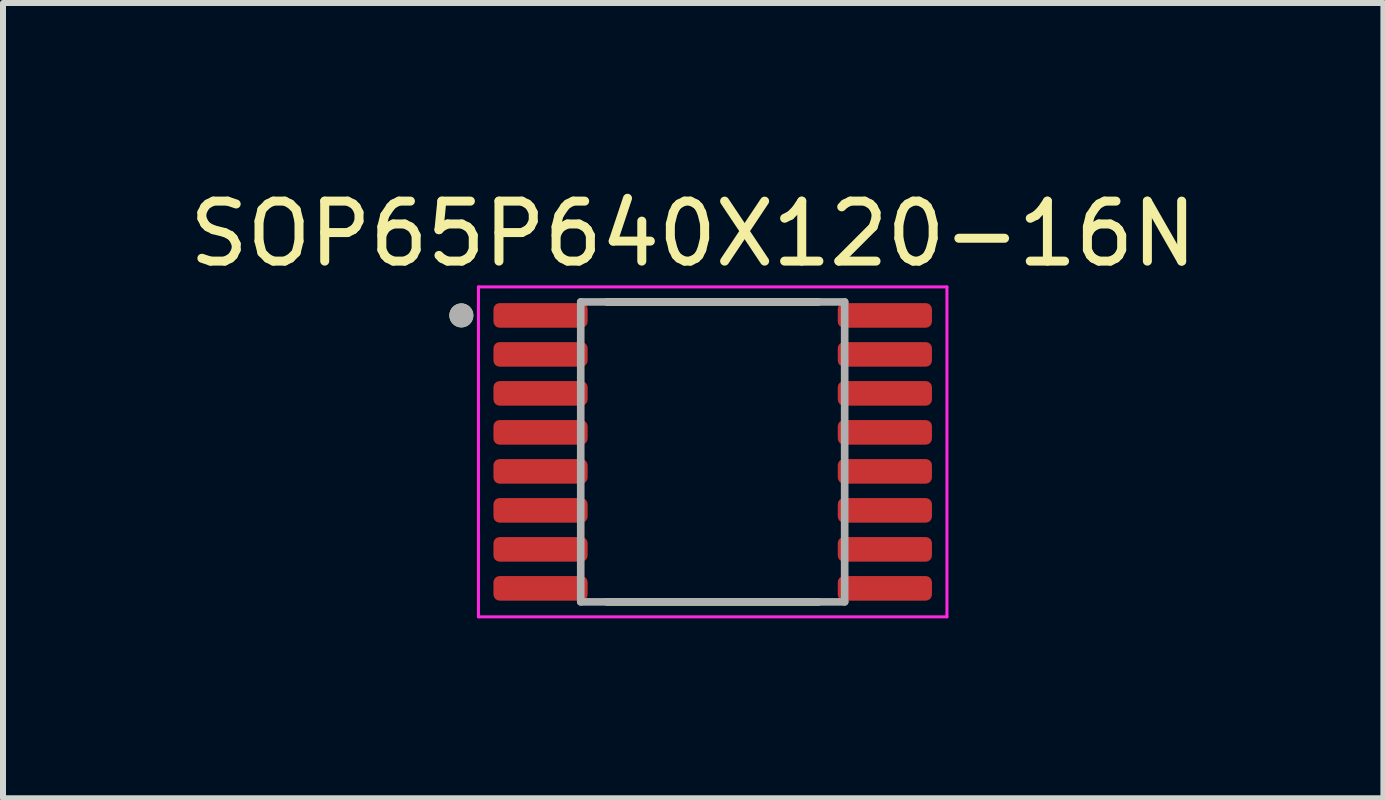
<source format=kicad_pcb>
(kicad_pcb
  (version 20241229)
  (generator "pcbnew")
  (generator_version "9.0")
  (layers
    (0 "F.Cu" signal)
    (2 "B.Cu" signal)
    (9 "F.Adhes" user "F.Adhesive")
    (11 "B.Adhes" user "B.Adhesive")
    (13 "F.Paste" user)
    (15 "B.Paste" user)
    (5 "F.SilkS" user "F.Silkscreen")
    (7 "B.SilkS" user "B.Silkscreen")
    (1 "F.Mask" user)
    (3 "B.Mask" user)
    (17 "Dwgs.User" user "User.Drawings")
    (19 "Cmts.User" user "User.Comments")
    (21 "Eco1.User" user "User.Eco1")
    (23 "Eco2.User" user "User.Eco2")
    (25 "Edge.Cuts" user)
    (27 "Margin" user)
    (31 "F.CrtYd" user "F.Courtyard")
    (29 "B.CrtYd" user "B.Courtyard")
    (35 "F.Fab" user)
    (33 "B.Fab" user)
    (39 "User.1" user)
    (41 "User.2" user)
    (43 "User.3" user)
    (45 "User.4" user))
  (footprint "SOP65P640X120-16N"
    (layer "F.Cu")
    (at 8.831 4.483)
    (property "Reference" "SOP65P640X120-16N" (at -0.325 -3.635 0) (layer "F.SilkS") (effects (font (size 1 1) (thickness 0.15))))
    (attr smd)
    (fp_line (start -1.765 -2.5) (end 1.765 -2.5) (stroke (width 0.127) (type solid)) (layer "F.SilkS"))
    (fp_line (start 1.765 2.5) (end -1.765 2.5) (stroke (width 0.127) (type solid)) (layer "F.SilkS"))
    (fp_circle (center -4.19 -2.275) (end -4.09 -2.275) (stroke (width 0.2) (type solid)) (fill no) (layer "F.SilkS"))
    (fp_line (start -3.905 -2.75) (end -3.905 2.75) (stroke (width 0.05) (type solid)) (layer "F.CrtYd"))
    (fp_line (start -3.905 -2.75) (end 3.905 -2.75) (stroke (width 0.05) (type solid)) (layer "F.CrtYd"))
    (fp_line (start -3.905 2.75) (end 3.905 2.75) (stroke (width 0.05) (type solid)) (layer "F.CrtYd"))
    (fp_line (start 3.905 -2.75) (end 3.905 2.75) (stroke (width 0.05) (type solid)) (layer "F.CrtYd"))
    (fp_line (start -2.2 -2.5) (end -2.2 2.5) (stroke (width 0.127) (type solid)) (layer "F.Fab"))
    (fp_line (start -2.2 -2.5) (end 2.2 -2.5) (stroke (width 0.127) (type solid)) (layer "F.Fab"))
    (fp_line (start -2.2 2.5) (end 2.2 2.5) (stroke (width 0.127) (type solid)) (layer "F.Fab"))
    (fp_line (start 2.2 -2.5) (end 2.2 2.5) (stroke (width 0.127) (type solid)) (layer "F.Fab"))
    (fp_circle (center -4.19 -2.275) (end -4.09 -2.275) (stroke (width 0.2) (type solid)) (fill no) (layer "F.Fab"))
    (pad "1" smd roundrect (at -2.87 -2.275) (size 1.57 0.41) (layers "F.Cu" "F.Mask" "F.Paste") (roundrect_rratio 0.25))
    (pad "2" smd roundrect (at -2.87 -1.625) (size 1.57 0.41) (layers "F.Cu" "F.Mask" "F.Paste") (roundrect_rratio 0.25))
    (pad "3" smd roundrect (at -2.87 -0.975) (size 1.57 0.41) (layers "F.Cu" "F.Mask" "F.Paste") (roundrect_rratio 0.25))
    (pad "4" smd roundrect (at -2.87 -0.325) (size 1.57 0.41) (layers "F.Cu" "F.Mask" "F.Paste") (roundrect_rratio 0.25))
    (pad "5" smd roundrect (at -2.87 0.325) (size 1.57 0.41) (layers "F.Cu" "F.Mask" "F.Paste") (roundrect_rratio 0.25))
    (pad "6" smd roundrect (at -2.87 0.975) (size 1.57 0.41) (layers "F.Cu" "F.Mask" "F.Paste") (roundrect_rratio 0.25))
    (pad "7" smd roundrect (at -2.87 1.625) (size 1.57 0.41) (layers "F.Cu" "F.Mask" "F.Paste") (roundrect_rratio 0.25))
    (pad "8" smd roundrect (at -2.87 2.275) (size 1.57 0.41) (layers "F.Cu" "F.Mask" "F.Paste") (roundrect_rratio 0.25))
    (pad "9" smd roundrect (at 2.87 2.275) (size 1.57 0.41) (layers "F.Cu" "F.Mask" "F.Paste") (roundrect_rratio 0.25))
    (pad "10" smd roundrect (at 2.87 1.625) (size 1.57 0.41) (layers "F.Cu" "F.Mask" "F.Paste") (roundrect_rratio 0.25))
    (pad "11" smd roundrect (at 2.87 0.975) (size 1.57 0.41) (layers "F.Cu" "F.Mask" "F.Paste") (roundrect_rratio 0.25))
    (pad "12" smd roundrect (at 2.87 0.325) (size 1.57 0.41) (layers "F.Cu" "F.Mask" "F.Paste") (roundrect_rratio 0.25))
    (pad "13" smd roundrect (at 2.87 -0.325) (size 1.57 0.41) (layers "F.Cu" "F.Mask" "F.Paste") (roundrect_rratio 0.25))
    (pad "14" smd roundrect (at 2.87 -0.975) (size 1.57 0.41) (layers "F.Cu" "F.Mask" "F.Paste") (roundrect_rratio 0.25))
    (pad "15" smd roundrect (at 2.87 -1.625) (size 1.57 0.41) (layers "F.Cu" "F.Mask" "F.Paste") (roundrect_rratio 0.25))
    (pad "16" smd roundrect (at 2.87 -2.275) (size 1.57 0.41) (layers "F.Cu" "F.Mask" "F.Paste") (roundrect_rratio 0.25)))
  (gr_rect
    (start -3 -3)
    (end 20.012 10.258)
    (stroke (width 0.1) (type default))
    (fill no)
    (layer "Edge.Cuts")))
</source>
